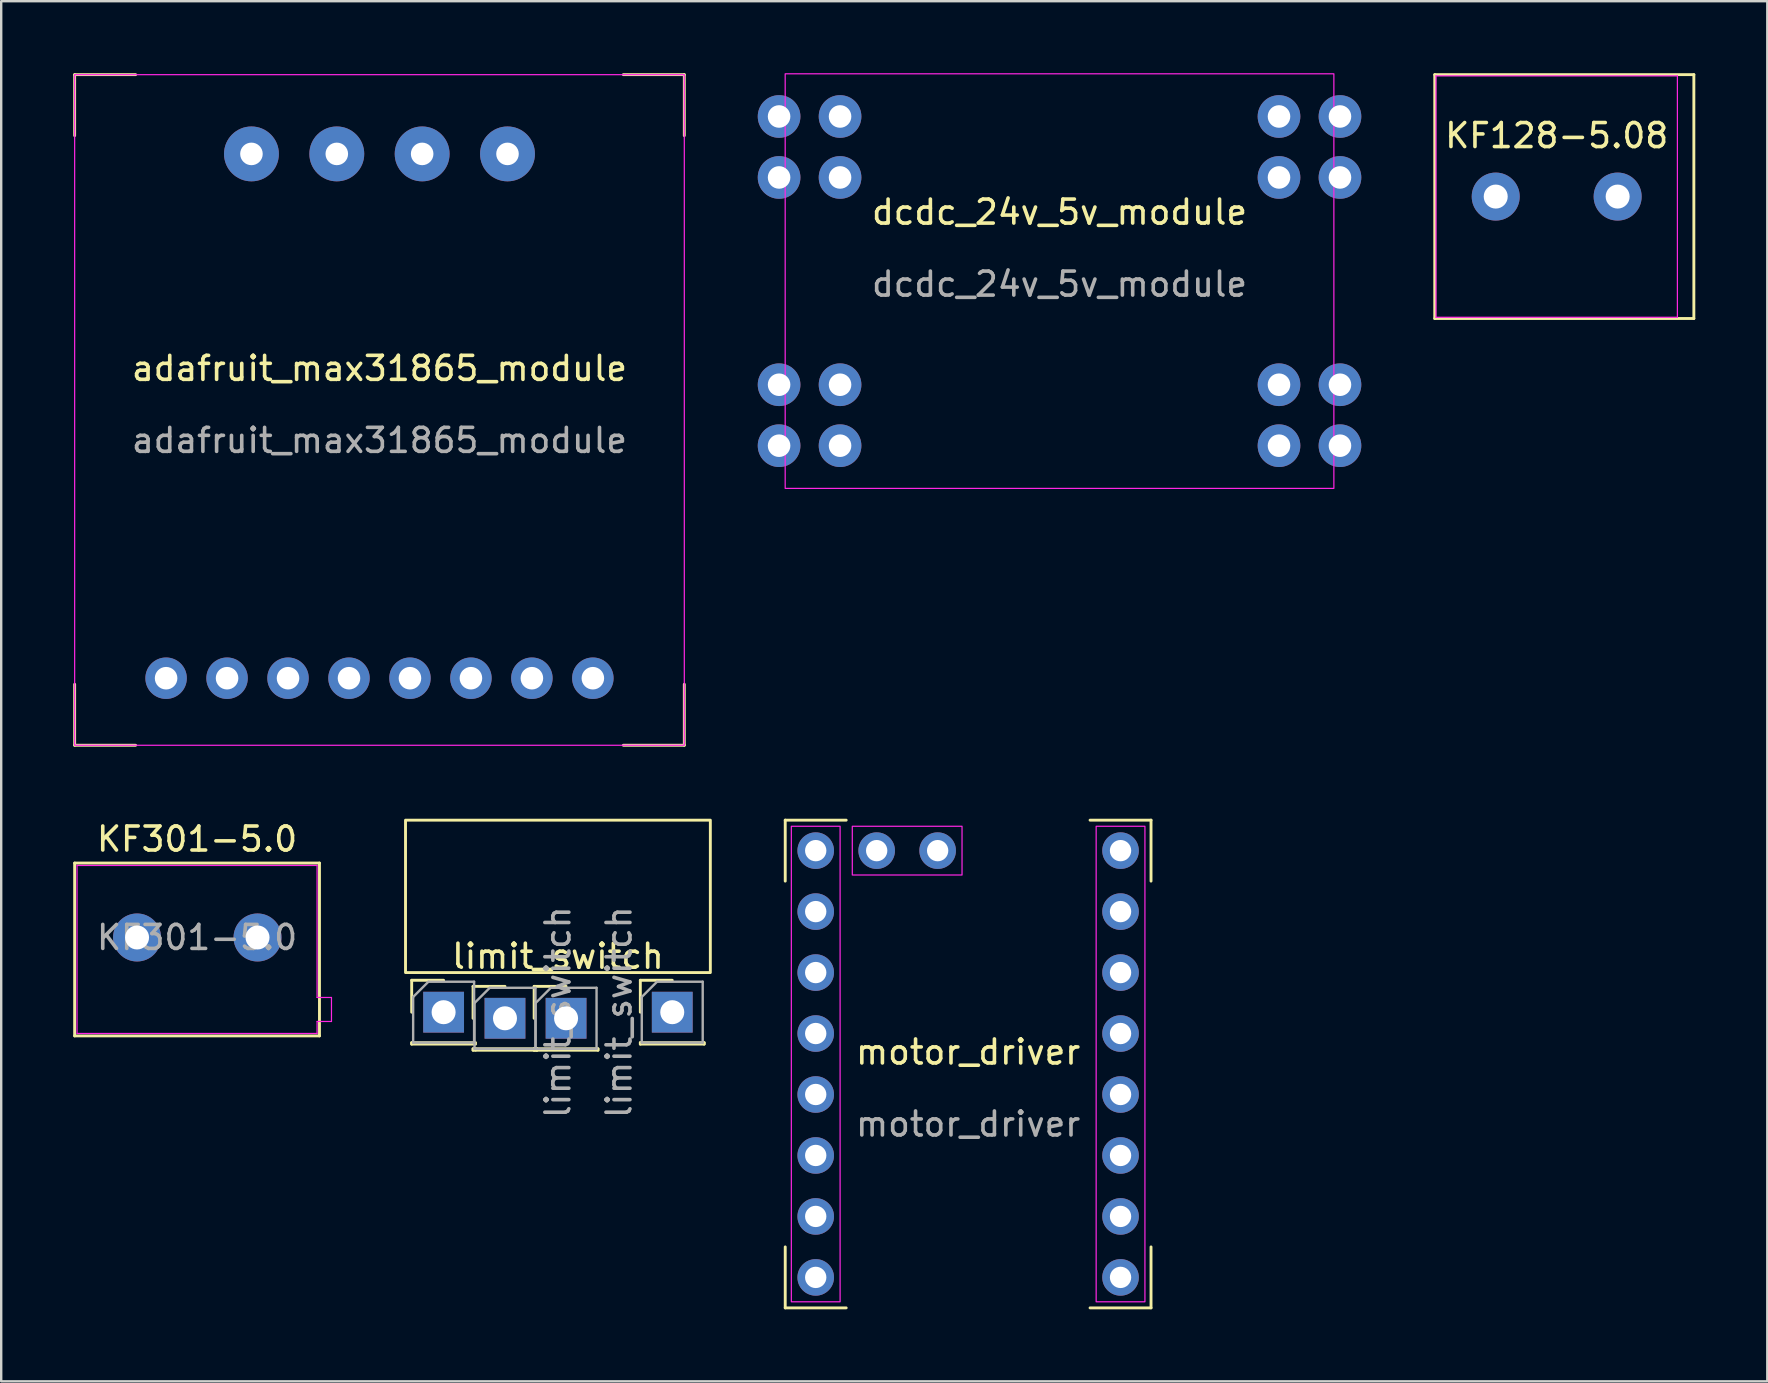
<source format=kicad_pcb>
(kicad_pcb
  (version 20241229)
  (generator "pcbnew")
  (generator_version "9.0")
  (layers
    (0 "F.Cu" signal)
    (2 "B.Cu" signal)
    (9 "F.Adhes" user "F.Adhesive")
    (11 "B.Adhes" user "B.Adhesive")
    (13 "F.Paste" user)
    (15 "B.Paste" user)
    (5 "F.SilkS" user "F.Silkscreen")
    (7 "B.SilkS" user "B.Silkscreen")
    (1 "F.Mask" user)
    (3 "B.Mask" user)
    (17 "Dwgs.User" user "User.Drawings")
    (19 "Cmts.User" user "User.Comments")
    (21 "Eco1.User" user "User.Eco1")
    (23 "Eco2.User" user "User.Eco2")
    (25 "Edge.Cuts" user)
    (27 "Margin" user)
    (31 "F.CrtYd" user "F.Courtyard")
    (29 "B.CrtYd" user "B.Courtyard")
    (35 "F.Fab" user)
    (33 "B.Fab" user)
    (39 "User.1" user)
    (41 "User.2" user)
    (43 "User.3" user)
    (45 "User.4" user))
  (footprint "KF301-5.0"
    (layer "F.Cu")
    (at 5.16 36.008)
    (property "Reference" "KF301-5.0" (at 0 -4.1 0) (unlocked yes) (layer "F.SilkS") (effects (font (size 1 1) (thickness 0.15))))
    (attr through_hole)
    (fp_line (start -5.1 -3.1) (end 5.1 -3.1) (stroke (width 0.12) (type solid)) (layer "F.SilkS"))
    (fp_line (start -5.1 4.1) (end -5.1 -3.1) (stroke (width 0.12) (type solid)) (layer "F.SilkS"))
    (fp_line (start 5.1 -3.1) (end 5.1 4.1) (stroke (width 0.12) (type solid)) (layer "F.SilkS"))
    (fp_line (start 5.1 4.1) (end -5.1 4.1) (stroke (width 0.12) (type solid)) (layer "F.SilkS"))
    (fp_line (start -5 -3) (end 5 -3) (stroke (width 0.05) (type solid)) (layer "F.CrtYd"))
    (fp_line (start -5 4) (end -5 -3) (stroke (width 0.05) (type solid)) (layer "F.CrtYd"))
    (fp_line (start 5 -3) (end 5 2.5) (stroke (width 0.05) (type solid)) (layer "F.CrtYd"))
    (fp_line (start 5 2.5) (end 5.6 2.5) (stroke (width 0.05) (type solid)) (layer "F.CrtYd"))
    (fp_line (start 5 4) (end -5 4) (stroke (width 0.05) (type solid)) (layer "F.CrtYd"))
    (fp_line (start 5 4) (end 5 3.5) (stroke (width 0.05) (type solid)) (layer "F.CrtYd"))
    (fp_line (start 5.6 2.5) (end 5.6 3.5) (stroke (width 0.05) (type solid)) (layer "F.CrtYd"))
    (fp_line (start 5.6 3.5) (end 5 3.5) (stroke (width 0.05) (type solid)) (layer "F.CrtYd"))
    (fp_text user "${REFERENCE}" (at 0 0 0) (unlocked yes) (layer "F.Fab") (effects (font (size 1 1) (thickness 0.15))))
    (pad "1" thru_hole circle (at -2.5 0) (size 2 2) (drill 1) (layers "*.Cu" "*.Mask"))
    (pad "2" thru_hole circle (at 2.52 0) (size 2 2) (drill 1) (layers "*.Cu" "*.Mask")))
  (footprint "limit_switch"
    (layer "F.Cu")
    (at 20.195 39.121)
    (property "Reference" "limit_switch" (at 0 -2.33 0) (layer "F.SilkS") (effects (font (size 1 1) (thickness 0.15))))
    (attr through_hole)
    (fp_line (start -6.093 -1.33) (end -4.763 -1.33) (stroke (width 0.12) (type solid)) (layer "F.SilkS"))
    (fp_line (start -6.093 0) (end -6.093 -1.33) (stroke (width 0.12) (type solid)) (layer "F.SilkS"))
    (fp_line (start -6.093 1.27) (end -6.093 1.33) (stroke (width 0.12) (type solid)) (layer "F.SilkS"))
    (fp_line (start -6.093 1.27) (end -3.433 1.27) (stroke (width 0.12) (type solid)) (layer "F.SilkS"))
    (fp_line (start -6.093 1.33) (end -3.433 1.33) (stroke (width 0.12) (type solid)) (layer "F.SilkS"))
    (fp_line (start -3.536 -1.076) (end -2.206 -1.076) (stroke (width 0.12) (type solid)) (layer "F.SilkS"))
    (fp_line (start -3.536 0.254) (end -3.536 -1.076) (stroke (width 0.12) (type solid)) (layer "F.SilkS"))
    (fp_line (start -3.536 1.524) (end -3.536 1.584) (stroke (width 0.12) (type solid)) (layer "F.SilkS"))
    (fp_line (start -3.536 1.524) (end -0.876 1.524) (stroke (width 0.12) (type solid)) (layer "F.SilkS"))
    (fp_line (start -3.536 1.584) (end -0.876 1.584) (stroke (width 0.12) (type solid)) (layer "F.SilkS"))
    (fp_line (start -3.433 1.52) (end -3.433 1.581) (stroke (width 0.12) (type solid)) (layer "F.SilkS"))
    (fp_line (start -0.991 -1.076) (end 0.339 -1.076) (stroke (width 0.12) (type solid)) (layer "F.SilkS"))
    (fp_line (start -0.991 0.254) (end -0.991 -1.076) (stroke (width 0.12) (type solid)) (layer "F.SilkS"))
    (fp_line (start -0.991 1.524) (end -0.991 1.584) (stroke (width 0.12) (type solid)) (layer "F.SilkS"))
    (fp_line (start -0.991 1.524) (end 1.669 1.524) (stroke (width 0.12) (type solid)) (layer "F.SilkS"))
    (fp_line (start -0.991 1.584) (end 1.669 1.584) (stroke (width 0.12) (type solid)) (layer "F.SilkS"))
    (fp_line (start -0.887 1.52) (end -0.887 1.581) (stroke (width 0.12) (type solid)) (layer "F.SilkS"))
    (fp_line (start -0.876 1.524) (end -0.876 1.584) (stroke (width 0.12) (type solid)) (layer "F.SilkS"))
    (fp_line (start 1.669 1.524) (end 1.669 1.584) (stroke (width 0.12) (type solid)) (layer "F.SilkS"))
    (fp_line (start 3.433 -1.33) (end 4.763 -1.33) (stroke (width 0.12) (type solid)) (layer "F.SilkS"))
    (fp_line (start 3.433 0) (end 3.433 -1.33) (stroke (width 0.12) (type solid)) (layer "F.SilkS"))
    (fp_line (start 3.433 1.27) (end 3.433 1.33) (stroke (width 0.12) (type solid)) (layer "F.SilkS"))
    (fp_line (start 3.433 1.27) (end 6.093 1.27) (stroke (width 0.12) (type solid)) (layer "F.SilkS"))
    (fp_line (start 3.433 1.33) (end 6.093 1.33) (stroke (width 0.12) (type solid)) (layer "F.SilkS"))
    (fp_line (start 6.093 1.27) (end 6.093 1.33) (stroke (width 0.12) (type solid)) (layer "F.SilkS"))
    (fp_rect (start -6.35 -1.651) (end 6.35 -8.001) (stroke (width 0.12) (type solid)) (fill no) (layer "F.SilkS"))
    (fp_line (start -6.032 -0.635) (end -5.397 -1.27) (stroke (width 0.1) (type solid)) (layer "F.Fab"))
    (fp_line (start -6.032 1.27) (end -6.032 -0.635) (stroke (width 0.1) (type solid)) (layer "F.Fab"))
    (fp_line (start -5.397 -1.27) (end -3.493 -1.27) (stroke (width 0.1) (type solid)) (layer "F.Fab"))
    (fp_line (start -3.493 -1.27) (end -3.493 1.27) (stroke (width 0.1) (type solid)) (layer "F.Fab"))
    (fp_line (start -3.493 1.27) (end -6.032 1.27) (stroke (width 0.1) (type solid)) (layer "F.Fab"))
    (fp_line (start -3.476 -0.381) (end -2.841 -1.016) (stroke (width 0.1) (type solid)) (layer "F.Fab"))
    (fp_line (start -3.476 1.524) (end -3.476 -0.381) (stroke (width 0.1) (type solid)) (layer "F.Fab"))
    (fp_line (start -2.841 -1.016) (end -0.936 -1.016) (stroke (width 0.1) (type solid)) (layer "F.Fab"))
    (fp_line (start -0.936 -1.016) (end -0.936 1.524) (stroke (width 0.1) (type solid)) (layer "F.Fab"))
    (fp_line (start -0.936 1.524) (end -3.476 1.524) (stroke (width 0.1) (type solid)) (layer "F.Fab"))
    (fp_line (start -0.931 -0.381) (end -0.296 -1.016) (stroke (width 0.1) (type solid)) (layer "F.Fab"))
    (fp_line (start -0.931 1.524) (end -0.931 -0.381) (stroke (width 0.1) (type solid)) (layer "F.Fab"))
    (fp_line (start -0.296 -1.016) (end 1.609 -1.016) (stroke (width 0.1) (type solid)) (layer "F.Fab"))
    (fp_line (start 1.609 -1.016) (end 1.609 1.524) (stroke (width 0.1) (type solid)) (layer "F.Fab"))
    (fp_line (start 1.609 1.524) (end -0.931 1.524) (stroke (width 0.1) (type solid)) (layer "F.Fab"))
    (fp_line (start 3.493 -0.635) (end 4.128 -1.27) (stroke (width 0.1) (type solid)) (layer "F.Fab"))
    (fp_line (start 3.493 1.27) (end 3.493 -0.635) (stroke (width 0.1) (type solid)) (layer "F.Fab"))
    (fp_line (start 4.128 -1.27) (end 6.032 -1.27) (stroke (width 0.1) (type solid)) (layer "F.Fab"))
    (fp_line (start 6.032 -1.27) (end 6.032 1.27) (stroke (width 0.1) (type solid)) (layer "F.Fab"))
    (fp_line (start 6.032 1.27) (end 3.493 1.27) (stroke (width 0.1) (type solid)) (layer "F.Fab"))
    (fp_text user "${REFERENCE}" (at 2.546 0 90) (layer "F.Fab") (effects (font (size 1 1) (thickness 0.15))))
    (fp_text user "${REFERENCE}" (at 0 0 90) (layer "F.Fab") (effects (font (size 1 1) (thickness 0.15))))
    (pad "1" thru_hole rect (at -4.763 0) (size 1.7 1.7) (drill 1) (layers "*.Cu" "*.Mask"))
    (pad "1" thru_hole rect (at -2.206 0.254) (size 1.7 1.7) (drill 1) (layers "*.Cu" "*.Mask"))
    (pad "2" thru_hole rect (at 0.339 0.254) (size 1.7 1.7) (drill 1) (layers "*.Cu" "*.Mask"))
    (pad "2" thru_hole rect (at 4.763 0) (size 1.7 1.7) (drill 1) (layers "*.Cu" "*.Mask")))
  (footprint "dcdc_24v_5v_module"
    (layer "F.Cu")
    (at 41.093 8.661)
    (property "Reference" "dcdc_24v_5v_module" (at 0 -2.873 0) (unlocked yes) (layer "F.SilkS") (effects (font (size 1 1) (thickness 0.15))))
    (attr through_hole)
    (fp_rect (start -11.43 -8.636) (end 11.43 8.636) (stroke (width 0.05) (type solid)) (fill no) (layer "F.CrtYd"))
    (fp_text user "${REFERENCE}" (at 0 0.127 0) (unlocked yes) (layer "F.Fab") (effects (font (size 1 1) (thickness 0.15))))
    (pad "1" thru_hole circle (at -11.684 -6.858) (size 1.778 1.778) (drill 0.94) (layers "*.Cu" "*.Mask"))
    (pad "1" thru_hole circle (at -11.684 -4.318) (size 1.778 1.778) (drill 0.94) (layers "*.Cu" "*.Mask"))
    (pad "1" thru_hole circle (at -9.144 -6.858) (size 1.778 1.778) (drill 0.94) (layers "*.Cu" "*.Mask"))
    (pad "1" thru_hole circle (at -9.144 -4.318) (size 1.778 1.778) (drill 0.94) (layers "*.Cu" "*.Mask"))
    (pad "2" thru_hole circle (at -11.684 4.318) (size 1.778 1.778) (drill 0.94) (layers "*.Cu" "*.Mask"))
    (pad "2" thru_hole circle (at -11.684 6.858) (size 1.778 1.778) (drill 0.94) (layers "*.Cu" "*.Mask"))
    (pad "2" thru_hole circle (at -9.144 4.318) (size 1.778 1.778) (drill 0.94) (layers "*.Cu" "*.Mask"))
    (pad "2" thru_hole circle (at -9.144 6.858) (size 1.778 1.778) (drill 0.94) (layers "*.Cu" "*.Mask"))
    (pad "3" thru_hole circle (at 9.144 4.318) (size 1.778 1.778) (drill 0.94) (layers "*.Cu" "*.Mask"))
    (pad "3" thru_hole circle (at 9.144 6.858) (size 1.778 1.778) (drill 0.94) (layers "*.Cu" "*.Mask"))
    (pad "3" thru_hole circle (at 11.684 4.318) (size 1.778 1.778) (drill 0.94) (layers "*.Cu" "*.Mask"))
    (pad "3" thru_hole circle (at 11.684 6.858) (size 1.778 1.778) (drill 0.94) (layers "*.Cu" "*.Mask"))
    (pad "4" thru_hole circle (at 9.144 -6.858) (size 1.778 1.778) (drill 0.94) (layers "*.Cu" "*.Mask"))
    (pad "4" thru_hole circle (at 9.144 -4.318) (size 1.778 1.778) (drill 0.94) (layers "*.Cu" "*.Mask"))
    (pad "4" thru_hole circle (at 11.684 -6.858) (size 1.778 1.778) (drill 0.94) (layers "*.Cu" "*.Mask"))
    (pad "4" thru_hole circle (at 11.684 -4.318) (size 1.778 1.778) (drill 0.94) (layers "*.Cu" "*.Mask")))
  (footprint "motor_driver"
    (layer "F.Cu")
    (at 37.285 41.28)
    (property "Reference" "motor_driver" (at 0 -0.5 0) (unlocked yes) (layer "F.SilkS") (effects (font (size 1 1) (thickness 0.15))))
    (attr through_hole)
    (fp_line (start -7.62 -10.16) (end -5.08 -10.16) (stroke (width 0.12) (type solid)) (layer "F.SilkS"))
    (fp_line (start -7.62 -7.62) (end -7.62 -10.16) (stroke (width 0.12) (type solid)) (layer "F.SilkS"))
    (fp_line (start -7.62 10.16) (end -7.62 7.62) (stroke (width 0.12) (type solid)) (layer "F.SilkS"))
    (fp_line (start -5.08 10.16) (end -7.62 10.16) (stroke (width 0.12) (type solid)) (layer "F.SilkS"))
    (fp_line (start 5.08 -10.16) (end 7.62 -10.16) (stroke (width 0.12) (type solid)) (layer "F.SilkS"))
    (fp_line (start 7.62 -10.16) (end 7.62 -7.62) (stroke (width 0.12) (type solid)) (layer "F.SilkS"))
    (fp_line (start 7.62 7.62) (end 7.62 10.16) (stroke (width 0.12) (type solid)) (layer "F.SilkS"))
    (fp_line (start 7.62 10.16) (end 5.08 10.16) (stroke (width 0.12) (type solid)) (layer "F.SilkS"))
    (fp_rect (start -7.366 -9.906) (end -5.334 9.906) (stroke (width 0.05) (type solid)) (fill no) (layer "F.CrtYd"))
    (fp_rect (start -0.254 -9.906) (end -4.826 -7.874) (stroke (width 0.05) (type solid)) (fill no) (layer "F.CrtYd"))
    (fp_rect (start 7.366 9.906) (end 5.334 -9.906) (stroke (width 0.05) (type solid)) (fill no) (layer "F.CrtYd"))
    (fp_text user "${REFERENCE}" (at 0 2.5 0) (unlocked yes) (layer "F.Fab") (effects (font (size 1 1) (thickness 0.15))))
    (pad "1" thru_hole circle (at -6.35 -8.89) (size 1.524 1.524) (drill 0.889) (layers "*.Cu" "*.Mask"))
    (pad "2" thru_hole circle (at -6.35 -6.35) (size 1.524 1.524) (drill 0.889) (layers "*.Cu" "*.Mask"))
    (pad "3" thru_hole circle (at -6.35 -3.81) (size 1.524 1.524) (drill 0.889) (layers "*.Cu" "*.Mask"))
    (pad "4" thru_hole circle (at -6.35 -1.27) (size 1.524 1.524) (drill 0.889) (layers "*.Cu" "*.Mask"))
    (pad "5" thru_hole circle (at -6.35 1.27) (size 1.524 1.524) (drill 0.889) (layers "*.Cu" "*.Mask"))
    (pad "6" thru_hole circle (at -6.35 3.81) (size 1.524 1.524) (drill 0.889) (layers "*.Cu" "*.Mask"))
    (pad "7" thru_hole circle (at -6.35 6.35) (size 1.524 1.524) (drill 0.889) (layers "*.Cu" "*.Mask"))
    (pad "8" thru_hole circle (at -6.35 8.89) (size 1.524 1.524) (drill 0.889) (layers "*.Cu" "*.Mask"))
    (pad "9" thru_hole circle (at 6.35 8.89) (size 1.524 1.524) (drill 0.889) (layers "*.Cu" "*.Mask"))
    (pad "10" thru_hole circle (at 6.35 6.35) (size 1.524 1.524) (drill 0.889) (layers "*.Cu" "*.Mask"))
    (pad "11" thru_hole circle (at 6.35 3.81) (size 1.524 1.524) (drill 0.889) (layers "*.Cu" "*.Mask"))
    (pad "12" thru_hole circle (at 6.35 1.27) (size 1.524 1.524) (drill 0.889) (layers "*.Cu" "*.Mask"))
    (pad "13" thru_hole circle (at 6.35 -1.27) (size 1.524 1.524) (drill 0.889) (layers "*.Cu" "*.Mask"))
    (pad "14" thru_hole circle (at 6.35 -3.81) (size 1.524 1.524) (drill 0.889) (layers "*.Cu" "*.Mask"))
    (pad "15" thru_hole circle (at 6.35 -6.35) (size 1.524 1.524) (drill 0.889) (layers "*.Cu" "*.Mask"))
    (pad "16" thru_hole circle (at 6.35 -8.89) (size 1.524 1.524) (drill 0.889) (layers "*.Cu" "*.Mask"))
    (pad "17" thru_hole circle (at -1.27 -8.89) (size 1.524 1.524) (drill 0.889) (layers "*.Cu" "*.Mask"))
    (pad "18" thru_hole circle (at -3.81 -8.89) (size 1.524 1.524) (drill 0.889) (layers "*.Cu" "*.Mask")))
  (footprint "adafruit_max31865_module"
    (layer "F.Cu")
    (at 12.76 15.3)
    (property "Reference" "adafruit_max31865_module" (at 0 -3 0) (unlocked yes) (layer "F.SilkS") (effects (font (size 1 1) (thickness 0.15))))
    (attr through_hole)
    (fp_line (start -12.7 -15.24) (end -10.16 -15.24) (stroke (width 0.12) (type solid)) (layer "F.SilkS"))
    (fp_line (start -12.7 -12.7) (end -12.7 -15.24) (stroke (width 0.12) (type solid)) (layer "F.SilkS"))
    (fp_line (start -12.7 10.16) (end -12.7 12.7) (stroke (width 0.12) (type solid)) (layer "F.SilkS"))
    (fp_line (start -12.7 12.7) (end -10.16 12.7) (stroke (width 0.12) (type solid)) (layer "F.SilkS"))
    (fp_line (start 10.16 -15.24) (end 12.7 -15.24) (stroke (width 0.12) (type solid)) (layer "F.SilkS"))
    (fp_line (start 10.16 12.7) (end 12.7 12.7) (stroke (width 0.12) (type solid)) (layer "F.SilkS"))
    (fp_line (start 12.7 -15.24) (end 12.7 -12.7) (stroke (width 0.12) (type solid)) (layer "F.SilkS"))
    (fp_line (start 12.7 12.7) (end 12.7 10.16) (stroke (width 0.12) (type solid)) (layer "F.SilkS"))
    (fp_rect (start -12.7 -15.24) (end 12.7 12.7) (stroke (width 0.05) (type solid)) (fill no) (layer "F.CrtYd"))
    (fp_text user "${REFERENCE}" (at 0 0 0) (unlocked yes) (layer "F.Fab") (effects (font (size 1 1) (thickness 0.15))))
    (pad "1" thru_hole circle (at -8.89 9.906) (size 1.727 1.727) (drill 0.94) (layers "*.Cu" "*.Mask"))
    (pad "2" thru_hole circle (at -6.35 9.906) (size 1.727 1.727) (drill 0.94) (layers "*.Cu" "*.Mask"))
    (pad "3" thru_hole circle (at -3.81 9.906) (size 1.727 1.727) (drill 0.94) (layers "*.Cu" "*.Mask"))
    (pad "4" thru_hole circle (at -1.27 9.906) (size 1.727 1.727) (drill 0.94) (layers "*.Cu" "*.Mask"))
    (pad "5" thru_hole circle (at 1.27 9.906) (size 1.727 1.727) (drill 0.94) (layers "*.Cu" "*.Mask"))
    (pad "6" thru_hole circle (at 3.81 9.906) (size 1.727 1.727) (drill 0.94) (layers "*.Cu" "*.Mask"))
    (pad "7" thru_hole circle (at 6.35 9.906) (size 1.727 1.727) (drill 0.94) (layers "*.Cu" "*.Mask"))
    (pad "8" thru_hole circle (at 8.89 9.906) (size 1.727 1.727) (drill 0.94) (layers "*.Cu" "*.Mask"))
    (pad "9" thru_hole circle (at 5.334 -11.938) (size 2.286 2.286) (drill 0.94) (layers "*.Cu" "*.Mask"))
    (pad "10" thru_hole circle (at 1.778 -11.938) (size 2.286 2.286) (drill 0.94) (layers "*.Cu" "*.Mask"))
    (pad "11" thru_hole circle (at -1.778 -11.938) (size 2.286 2.286) (drill 0.94) (layers "*.Cu" "*.Mask"))
    (pad "12" thru_hole circle (at -5.334 -11.938) (size 2.286 2.286) (drill 0.94) (layers "*.Cu" "*.Mask")))
  (footprint "KF128-5.08"
    (layer "F.Cu")
    (at 61.806 5.14)
    (property "Reference" "KF128-5.08" (at 0 -2.54 0) (unlocked yes) (layer "F.SilkS") (effects (font (size 1 1) (thickness 0.15))))
    (attr smd)
    (fp_line (start -5.08 -5.08) (end 5.715 -5.08) (stroke (width 0.12) (type solid)) (layer "F.SilkS"))
    (fp_line (start -5.08 5.08) (end -5.08 -5.08) (stroke (width 0.12) (type solid)) (layer "F.SilkS"))
    (fp_line (start 5.715 -5.08) (end 5.715 5.08) (stroke (width 0.12) (type solid)) (layer "F.SilkS"))
    (fp_line (start 5.715 5.08) (end -5.08 5.08) (stroke (width 0.12) (type solid)) (layer "F.SilkS"))
    (fp_line (start -5.029 -5.029) (end 5.029 -5.029) (stroke (width 0.05) (type solid)) (layer "F.CrtYd"))
    (fp_line (start -5.029 5.029) (end -5.029 -5.029) (stroke (width 0.05) (type solid)) (layer "F.CrtYd"))
    (fp_line (start 5.029 -5.029) (end 5.029 5.029) (stroke (width 0.05) (type solid)) (layer "F.CrtYd"))
    (fp_line (start 5.029 5.029) (end -5.029 5.029) (stroke (width 0.05) (type solid)) (layer "F.CrtYd"))
    (pad "1" thru_hole circle (at -2.54 0) (size 2 2) (drill 1) (layers "*.Cu" "*.Mask"))
    (pad "2" thru_hole circle (at 2.54 0) (size 2 2) (drill 1) (layers "*.Cu" "*.Mask")))
  (gr_rect
    (start -3 -3)
    (end 70.581 54.5)
    (stroke (width 0.1) (type default))
    (fill no)
    (layer "Edge.Cuts")))
</source>
